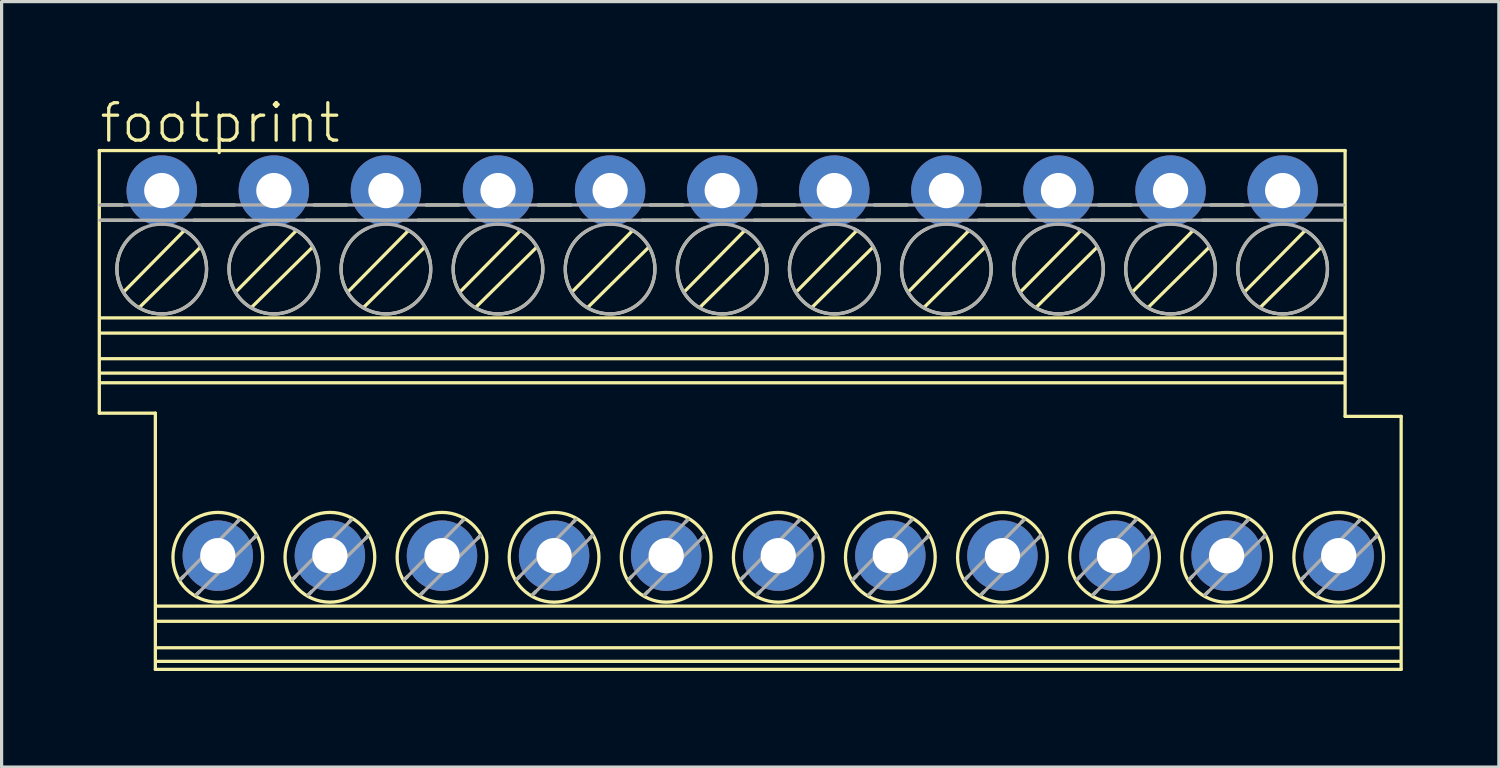
<source format=kicad_pcb>
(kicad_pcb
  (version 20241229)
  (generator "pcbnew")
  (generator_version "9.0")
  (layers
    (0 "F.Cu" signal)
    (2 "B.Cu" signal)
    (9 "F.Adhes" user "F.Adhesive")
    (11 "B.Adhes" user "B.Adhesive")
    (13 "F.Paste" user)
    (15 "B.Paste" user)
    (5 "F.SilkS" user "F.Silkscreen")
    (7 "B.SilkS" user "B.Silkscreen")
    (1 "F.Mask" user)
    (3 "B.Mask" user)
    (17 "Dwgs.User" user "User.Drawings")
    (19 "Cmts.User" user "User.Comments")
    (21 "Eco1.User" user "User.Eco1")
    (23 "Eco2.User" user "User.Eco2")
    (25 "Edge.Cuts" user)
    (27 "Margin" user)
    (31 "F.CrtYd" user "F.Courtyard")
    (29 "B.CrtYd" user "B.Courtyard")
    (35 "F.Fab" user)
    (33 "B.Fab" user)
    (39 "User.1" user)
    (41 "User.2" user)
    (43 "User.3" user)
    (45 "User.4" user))
  (footprint "footprint"
    (layer "F.Cu")
    (at 19.501 9.751)
    (property "Reference" "footprint" (at -19.501 -8.278 0) (layer "F.SilkS") (effects (font (size 1.168 1.168) (thickness 0.102)) (justify left bottom)))
    (fp_line (start -19.45 -8.1) (end 19.45 -8.1) (stroke (width 0.102) (type solid)) (layer "F.SilkS"))
    (fp_line (start -19.45 0.1) (end -19.45 -8.1) (stroke (width 0.102) (type solid)) (layer "F.SilkS"))
    (fp_line (start -19.425 -6.4) (end -18.725 -6.4) (stroke (width 0.102) (type solid)) (layer "F.SilkS"))
    (fp_line (start -19.425 -5.925) (end -18.425 -5.925) (stroke (width 0.102) (type solid)) (layer "F.SilkS"))
    (fp_line (start -19.4 -2.875) (end 19.425 -2.875) (stroke (width 0.102) (type solid)) (layer "F.SilkS"))
    (fp_line (start -19.4 -2.4) (end 19.425 -2.4) (stroke (width 0.102) (type solid)) (layer "F.SilkS"))
    (fp_line (start -19.4 -1.6) (end 19.425 -1.6) (stroke (width 0.102) (type solid)) (layer "F.SilkS"))
    (fp_line (start -19.4 -0.85) (end 19.425 -0.85) (stroke (width 0.102) (type solid)) (layer "F.SilkS"))
    (fp_line (start -18.675 -3.7) (end -16.825 -5.575) (stroke (width 0.102) (type solid)) (layer "F.SilkS"))
    (fp_line (start -18.175 -3.225) (end -16.3 -5.075) (stroke (width 0.102) (type solid)) (layer "F.SilkS"))
    (fp_line (start -17.7 0.1) (end -19.45 0.1) (stroke (width 0.102) (type solid)) (layer "F.SilkS"))
    (fp_line (start -17.7 8.1) (end -17.7 0.1) (stroke (width 0.102) (type solid)) (layer "F.SilkS"))
    (fp_line (start -17.65 6.125) (end 21.175 6.125) (stroke (width 0.102) (type solid)) (layer "F.SilkS"))
    (fp_line (start -17.65 6.6) (end 21.175 6.6) (stroke (width 0.102) (type solid)) (layer "F.SilkS"))
    (fp_line (start -17.65 7.425) (end 21.175 7.425) (stroke (width 0.102) (type solid)) (layer "F.SilkS"))
    (fp_line (start -17.65 7.85) (end 21.175 7.85) (stroke (width 0.102) (type solid)) (layer "F.SilkS"))
    (fp_line (start -16.925 5.3) (end -16.825 5.2) (stroke (width 0.102) (type solid)) (layer "F.SilkS"))
    (fp_line (start -16.5 -5.925) (end -14.925 -5.925) (stroke (width 0.102) (type solid)) (layer "F.SilkS"))
    (fp_line (start -16.425 5.775) (end -16.325 5.675) (stroke (width 0.102) (type solid)) (layer "F.SilkS"))
    (fp_line (start -16.25 -6.4) (end -15.225 -6.4) (stroke (width 0.102) (type solid)) (layer "F.SilkS"))
    (fp_line (start -15.175 -3.7) (end -13.325 -5.575) (stroke (width 0.102) (type solid)) (layer "F.SilkS"))
    (fp_line (start -15.15 3.5) (end -15.075 3.425) (stroke (width 0.102) (type solid)) (layer "F.SilkS"))
    (fp_line (start -14.675 -3.225) (end -12.8 -5.075) (stroke (width 0.102) (type solid)) (layer "F.SilkS"))
    (fp_line (start -14.625 4) (end -14.55 3.925) (stroke (width 0.102) (type solid)) (layer "F.SilkS"))
    (fp_line (start -13.425 5.3) (end -13.325 5.2) (stroke (width 0.102) (type solid)) (layer "F.SilkS"))
    (fp_line (start -13 -5.925) (end -11.425 -5.925) (stroke (width 0.102) (type solid)) (layer "F.SilkS"))
    (fp_line (start -12.925 5.775) (end -12.825 5.675) (stroke (width 0.102) (type solid)) (layer "F.SilkS"))
    (fp_line (start -12.75 -6.4) (end -11.725 -6.4) (stroke (width 0.102) (type solid)) (layer "F.SilkS"))
    (fp_line (start -11.675 -3.7) (end -9.825 -5.575) (stroke (width 0.102) (type solid)) (layer "F.SilkS"))
    (fp_line (start -11.65 3.5) (end -11.575 3.425) (stroke (width 0.102) (type solid)) (layer "F.SilkS"))
    (fp_line (start -11.175 -3.225) (end -9.3 -5.075) (stroke (width 0.102) (type solid)) (layer "F.SilkS"))
    (fp_line (start -11.125 4) (end -11.05 3.925) (stroke (width 0.102) (type solid)) (layer "F.SilkS"))
    (fp_line (start -9.925 5.3) (end -9.825 5.2) (stroke (width 0.102) (type solid)) (layer "F.SilkS"))
    (fp_line (start -9.5 -5.925) (end -7.925 -5.925) (stroke (width 0.102) (type solid)) (layer "F.SilkS"))
    (fp_line (start -9.425 5.775) (end -9.325 5.675) (stroke (width 0.102) (type solid)) (layer "F.SilkS"))
    (fp_line (start -9.25 -6.4) (end -8.225 -6.4) (stroke (width 0.102) (type solid)) (layer "F.SilkS"))
    (fp_line (start -8.175 -3.7) (end -6.325 -5.575) (stroke (width 0.102) (type solid)) (layer "F.SilkS"))
    (fp_line (start -8.15 3.5) (end -8.075 3.425) (stroke (width 0.102) (type solid)) (layer "F.SilkS"))
    (fp_line (start -7.675 -3.225) (end -5.8 -5.075) (stroke (width 0.102) (type solid)) (layer "F.SilkS"))
    (fp_line (start -7.625 4) (end -7.55 3.925) (stroke (width 0.102) (type solid)) (layer "F.SilkS"))
    (fp_line (start -6.425 5.3) (end -6.325 5.2) (stroke (width 0.102) (type solid)) (layer "F.SilkS"))
    (fp_line (start -6 -5.925) (end -4.425 -5.925) (stroke (width 0.102) (type solid)) (layer "F.SilkS"))
    (fp_line (start -5.925 5.775) (end -5.825 5.675) (stroke (width 0.102) (type solid)) (layer "F.SilkS"))
    (fp_line (start -5.75 -6.4) (end -4.725 -6.4) (stroke (width 0.102) (type solid)) (layer "F.SilkS"))
    (fp_line (start -4.675 -3.7) (end -2.825 -5.575) (stroke (width 0.102) (type solid)) (layer "F.SilkS"))
    (fp_line (start -4.65 3.5) (end -4.575 3.425) (stroke (width 0.102) (type solid)) (layer "F.SilkS"))
    (fp_line (start -4.175 -3.225) (end -2.3 -5.075) (stroke (width 0.102) (type solid)) (layer "F.SilkS"))
    (fp_line (start -4.125 4) (end -4.05 3.925) (stroke (width 0.102) (type solid)) (layer "F.SilkS"))
    (fp_line (start -2.925 5.3) (end -2.825 5.2) (stroke (width 0.102) (type solid)) (layer "F.SilkS"))
    (fp_line (start -2.5 -5.925) (end -0.925 -5.925) (stroke (width 0.102) (type solid)) (layer "F.SilkS"))
    (fp_line (start -2.425 5.775) (end -2.325 5.675) (stroke (width 0.102) (type solid)) (layer "F.SilkS"))
    (fp_line (start -2.25 -6.4) (end -1.225 -6.4) (stroke (width 0.102) (type solid)) (layer "F.SilkS"))
    (fp_line (start -1.175 -3.7) (end 0.675 -5.575) (stroke (width 0.102) (type solid)) (layer "F.SilkS"))
    (fp_line (start -1.15 3.5) (end -1.075 3.425) (stroke (width 0.102) (type solid)) (layer "F.SilkS"))
    (fp_line (start -0.675 -3.225) (end 1.2 -5.075) (stroke (width 0.102) (type solid)) (layer "F.SilkS"))
    (fp_line (start -0.625 4) (end -0.55 3.925) (stroke (width 0.102) (type solid)) (layer "F.SilkS"))
    (fp_line (start 0.575 5.3) (end 0.675 5.2) (stroke (width 0.102) (type solid)) (layer "F.SilkS"))
    (fp_line (start 1 -5.925) (end 2.575 -5.925) (stroke (width 0.102) (type solid)) (layer "F.SilkS"))
    (fp_line (start 1.075 5.775) (end 1.175 5.675) (stroke (width 0.102) (type solid)) (layer "F.SilkS"))
    (fp_line (start 1.25 -6.4) (end 2.275 -6.4) (stroke (width 0.102) (type solid)) (layer "F.SilkS"))
    (fp_line (start 2.325 -3.7) (end 4.175 -5.575) (stroke (width 0.102) (type solid)) (layer "F.SilkS"))
    (fp_line (start 2.35 3.5) (end 2.425 3.425) (stroke (width 0.102) (type solid)) (layer "F.SilkS"))
    (fp_line (start 2.825 -3.225) (end 4.7 -5.075) (stroke (width 0.102) (type solid)) (layer "F.SilkS"))
    (fp_line (start 2.875 4) (end 2.95 3.925) (stroke (width 0.102) (type solid)) (layer "F.SilkS"))
    (fp_line (start 4.075 5.3) (end 4.175 5.2) (stroke (width 0.102) (type solid)) (layer "F.SilkS"))
    (fp_line (start 4.5 -5.925) (end 6.075 -5.925) (stroke (width 0.102) (type solid)) (layer "F.SilkS"))
    (fp_line (start 4.575 5.775) (end 4.675 5.675) (stroke (width 0.102) (type solid)) (layer "F.SilkS"))
    (fp_line (start 4.75 -6.4) (end 5.775 -6.4) (stroke (width 0.102) (type solid)) (layer "F.SilkS"))
    (fp_line (start 5.825 -3.7) (end 7.675 -5.575) (stroke (width 0.102) (type solid)) (layer "F.SilkS"))
    (fp_line (start 5.85 3.5) (end 5.925 3.425) (stroke (width 0.102) (type solid)) (layer "F.SilkS"))
    (fp_line (start 6.325 -3.225) (end 8.2 -5.075) (stroke (width 0.102) (type solid)) (layer "F.SilkS"))
    (fp_line (start 6.375 4) (end 6.45 3.925) (stroke (width 0.102) (type solid)) (layer "F.SilkS"))
    (fp_line (start 7.575 5.3) (end 7.675 5.2) (stroke (width 0.102) (type solid)) (layer "F.SilkS"))
    (fp_line (start 8 -5.925) (end 9.575 -5.925) (stroke (width 0.102) (type solid)) (layer "F.SilkS"))
    (fp_line (start 8.075 5.775) (end 8.175 5.675) (stroke (width 0.102) (type solid)) (layer "F.SilkS"))
    (fp_line (start 8.25 -6.4) (end 9.275 -6.4) (stroke (width 0.102) (type solid)) (layer "F.SilkS"))
    (fp_line (start 9.325 -3.7) (end 11.175 -5.575) (stroke (width 0.102) (type solid)) (layer "F.SilkS"))
    (fp_line (start 9.35 3.5) (end 9.425 3.425) (stroke (width 0.102) (type solid)) (layer "F.SilkS"))
    (fp_line (start 9.825 -3.225) (end 11.7 -5.075) (stroke (width 0.102) (type solid)) (layer "F.SilkS"))
    (fp_line (start 9.875 4) (end 9.95 3.925) (stroke (width 0.102) (type solid)) (layer "F.SilkS"))
    (fp_line (start 11.075 5.3) (end 11.175 5.2) (stroke (width 0.102) (type solid)) (layer "F.SilkS"))
    (fp_line (start 11.5 -5.925) (end 13.075 -5.925) (stroke (width 0.102) (type solid)) (layer "F.SilkS"))
    (fp_line (start 11.575 5.775) (end 11.675 5.675) (stroke (width 0.102) (type solid)) (layer "F.SilkS"))
    (fp_line (start 11.75 -6.4) (end 12.775 -6.4) (stroke (width 0.102) (type solid)) (layer "F.SilkS"))
    (fp_line (start 12.825 -3.7) (end 14.675 -5.575) (stroke (width 0.102) (type solid)) (layer "F.SilkS"))
    (fp_line (start 12.85 3.5) (end 12.925 3.425) (stroke (width 0.102) (type solid)) (layer "F.SilkS"))
    (fp_line (start 13.325 -3.225) (end 15.2 -5.075) (stroke (width 0.102) (type solid)) (layer "F.SilkS"))
    (fp_line (start 13.375 4) (end 13.45 3.925) (stroke (width 0.102) (type solid)) (layer "F.SilkS"))
    (fp_line (start 14.575 5.3) (end 14.675 5.2) (stroke (width 0.102) (type solid)) (layer "F.SilkS"))
    (fp_line (start 15 -5.925) (end 16.575 -5.925) (stroke (width 0.102) (type solid)) (layer "F.SilkS"))
    (fp_line (start 15.075 5.775) (end 15.175 5.675) (stroke (width 0.102) (type solid)) (layer "F.SilkS"))
    (fp_line (start 15.25 -6.4) (end 16.275 -6.4) (stroke (width 0.102) (type solid)) (layer "F.SilkS"))
    (fp_line (start 16.325 -3.7) (end 18.175 -5.575) (stroke (width 0.102) (type solid)) (layer "F.SilkS"))
    (fp_line (start 16.35 3.5) (end 16.425 3.425) (stroke (width 0.102) (type solid)) (layer "F.SilkS"))
    (fp_line (start 16.825 -3.225) (end 18.7 -5.075) (stroke (width 0.102) (type solid)) (layer "F.SilkS"))
    (fp_line (start 16.875 4) (end 16.95 3.925) (stroke (width 0.102) (type solid)) (layer "F.SilkS"))
    (fp_line (start 18.075 5.3) (end 18.175 5.2) (stroke (width 0.102) (type solid)) (layer "F.SilkS"))
    (fp_line (start 18.575 5.775) (end 18.675 5.675) (stroke (width 0.102) (type solid)) (layer "F.SilkS"))
    (fp_line (start 19.425 -1.15) (end -19.4 -1.15) (stroke (width 0.102) (type solid)) (layer "F.SilkS"))
    (fp_line (start 19.45 -8.1) (end 19.45 0.2) (stroke (width 0.102) (type solid)) (layer "F.SilkS"))
    (fp_line (start 19.45 0.2) (end 21.2 0.2) (stroke (width 0.102) (type solid)) (layer "F.SilkS"))
    (fp_line (start 19.85 3.5) (end 19.925 3.425) (stroke (width 0.102) (type solid)) (layer "F.SilkS"))
    (fp_line (start 20.375 4) (end 20.45 3.925) (stroke (width 0.102) (type solid)) (layer "F.SilkS"))
    (fp_line (start 21.2 0.2) (end 21.2 8.1) (stroke (width 0.102) (type solid)) (layer "F.SilkS"))
    (fp_line (start 21.2 8.1) (end -17.7 8.1) (stroke (width 0.102) (type solid)) (layer "F.SilkS"))
    (fp_arc (start -16.874999 -5.65) (mid -17.530481 -2.999357) (end -18.075 -5.675) (stroke (width 0.1016) (type solid)) (layer "F.SilkS"))
    (fp_arc (start -13.374999 -5.65) (mid -14.030481 -2.999357) (end -14.575 -5.675) (stroke (width 0.1016) (type solid)) (layer "F.SilkS"))
    (fp_arc (start -9.874999 -5.65) (mid -10.530481 -2.999357) (end -11.075 -5.675) (stroke (width 0.1016) (type solid)) (layer "F.SilkS"))
    (fp_arc (start -6.374999 -5.65) (mid -7.030481 -2.999357) (end -7.575 -5.675) (stroke (width 0.1016) (type solid)) (layer "F.SilkS"))
    (fp_arc (start -2.874999 -5.65) (mid -3.530481 -2.999357) (end -4.075 -5.675) (stroke (width 0.1016) (type solid)) (layer "F.SilkS"))
    (fp_arc (start 0.625001 -5.65) (mid -0.030481 -2.999357) (end -0.575 -5.675) (stroke (width 0.1016) (type solid)) (layer "F.SilkS"))
    (fp_arc (start 4.125001 -5.65) (mid 3.469517 -2.999357) (end 2.925 -5.675) (stroke (width 0.1016) (type solid)) (layer "F.SilkS"))
    (fp_arc (start 7.625001 -5.65) (mid 6.969517 -2.999357) (end 6.425 -5.675) (stroke (width 0.1016) (type solid)) (layer "F.SilkS"))
    (fp_arc (start 11.125001 -5.65) (mid 10.469517 -2.999357) (end 9.925 -5.675) (stroke (width 0.1016) (type solid)) (layer "F.SilkS"))
    (fp_arc (start 14.625001 -5.65) (mid 13.969517 -2.999357) (end 13.425 -5.675) (stroke (width 0.1016) (type solid)) (layer "F.SilkS"))
    (fp_arc (start 18.125001 -5.65) (mid 17.469517 -2.999357) (end 16.925 -5.675) (stroke (width 0.1016) (type solid)) (layer "F.SilkS"))
    (fp_circle (center -15.75 4.6) (end -14.349 4.6) (stroke (width 0.102) (type solid)) (fill no) (layer "F.SilkS"))
    (fp_circle (center -12.25 4.6) (end -10.849 4.6) (stroke (width 0.102) (type solid)) (fill no) (layer "F.SilkS"))
    (fp_circle (center -8.75 4.6) (end -7.349 4.6) (stroke (width 0.102) (type solid)) (fill no) (layer "F.SilkS"))
    (fp_circle (center -5.25 4.6) (end -3.849 4.6) (stroke (width 0.102) (type solid)) (fill no) (layer "F.SilkS"))
    (fp_circle (center -1.75 4.6) (end -0.349 4.6) (stroke (width 0.102) (type solid)) (fill no) (layer "F.SilkS"))
    (fp_circle (center 1.75 4.6) (end 3.151 4.6) (stroke (width 0.102) (type solid)) (fill no) (layer "F.SilkS"))
    (fp_circle (center 5.25 4.6) (end 6.651 4.6) (stroke (width 0.102) (type solid)) (fill no) (layer "F.SilkS"))
    (fp_circle (center 8.75 4.6) (end 10.151 4.6) (stroke (width 0.102) (type solid)) (fill no) (layer "F.SilkS"))
    (fp_circle (center 12.25 4.6) (end 13.651 4.6) (stroke (width 0.102) (type solid)) (fill no) (layer "F.SilkS"))
    (fp_circle (center 15.75 4.6) (end 17.151 4.6) (stroke (width 0.102) (type solid)) (fill no) (layer "F.SilkS"))
    (fp_circle (center 19.25 4.6) (end 20.651 4.6) (stroke (width 0.102) (type solid)) (fill no) (layer "F.SilkS"))
    (fp_line (start -19.425 -6.4) (end 19.4 -6.4) (stroke (width 0.102) (type solid)) (layer "F.Fab"))
    (fp_line (start -19.425 -5.925) (end 19.4 -5.925) (stroke (width 0.102) (type solid)) (layer "F.Fab"))
    (fp_line (start -16.925 5.3) (end -15.075 3.425) (stroke (width 0.102) (type solid)) (layer "F.Fab"))
    (fp_line (start -16.425 5.775) (end -14.55 3.925) (stroke (width 0.102) (type solid)) (layer "F.Fab"))
    (fp_line (start -13.425 5.3) (end -11.575 3.425) (stroke (width 0.102) (type solid)) (layer "F.Fab"))
    (fp_line (start -12.925 5.775) (end -11.05 3.925) (stroke (width 0.102) (type solid)) (layer "F.Fab"))
    (fp_line (start -9.925 5.3) (end -8.075 3.425) (stroke (width 0.102) (type solid)) (layer "F.Fab"))
    (fp_line (start -9.425 5.775) (end -7.55 3.925) (stroke (width 0.102) (type solid)) (layer "F.Fab"))
    (fp_line (start -6.425 5.3) (end -4.575 3.425) (stroke (width 0.102) (type solid)) (layer "F.Fab"))
    (fp_line (start -5.925 5.775) (end -4.05 3.925) (stroke (width 0.102) (type solid)) (layer "F.Fab"))
    (fp_line (start -2.925 5.3) (end -1.075 3.425) (stroke (width 0.102) (type solid)) (layer "F.Fab"))
    (fp_line (start -2.425 5.775) (end -0.55 3.925) (stroke (width 0.102) (type solid)) (layer "F.Fab"))
    (fp_line (start 0.575 5.3) (end 2.425 3.425) (stroke (width 0.102) (type solid)) (layer "F.Fab"))
    (fp_line (start 1.075 5.775) (end 2.95 3.925) (stroke (width 0.102) (type solid)) (layer "F.Fab"))
    (fp_line (start 4.075 5.3) (end 5.925 3.425) (stroke (width 0.102) (type solid)) (layer "F.Fab"))
    (fp_line (start 4.575 5.775) (end 6.45 3.925) (stroke (width 0.102) (type solid)) (layer "F.Fab"))
    (fp_line (start 7.575 5.3) (end 9.425 3.425) (stroke (width 0.102) (type solid)) (layer "F.Fab"))
    (fp_line (start 8.075 5.775) (end 9.95 3.925) (stroke (width 0.102) (type solid)) (layer "F.Fab"))
    (fp_line (start 11.075 5.3) (end 12.925 3.425) (stroke (width 0.102) (type solid)) (layer "F.Fab"))
    (fp_line (start 11.575 5.775) (end 13.45 3.925) (stroke (width 0.102) (type solid)) (layer "F.Fab"))
    (fp_line (start 14.575 5.3) (end 16.425 3.425) (stroke (width 0.102) (type solid)) (layer "F.Fab"))
    (fp_line (start 15.075 5.775) (end 16.95 3.925) (stroke (width 0.102) (type solid)) (layer "F.Fab"))
    (fp_line (start 18.075 5.3) (end 19.925 3.425) (stroke (width 0.102) (type solid)) (layer "F.Fab"))
    (fp_line (start 18.575 5.775) (end 20.45 3.925) (stroke (width 0.102) (type solid)) (layer "F.Fab"))
    (fp_circle (center -17.5 -4.4) (end -16.099 -4.4) (stroke (width 0.102) (type solid)) (fill no) (layer "F.Fab"))
    (fp_circle (center -14 -4.4) (end -12.599 -4.4) (stroke (width 0.102) (type solid)) (fill no) (layer "F.Fab"))
    (fp_circle (center -10.5 -4.4) (end -9.099 -4.4) (stroke (width 0.102) (type solid)) (fill no) (layer "F.Fab"))
    (fp_circle (center -7 -4.4) (end -5.599 -4.4) (stroke (width 0.102) (type solid)) (fill no) (layer "F.Fab"))
    (fp_circle (center -3.5 -4.4) (end -2.099 -4.4) (stroke (width 0.102) (type solid)) (fill no) (layer "F.Fab"))
    (fp_circle (center 0 -4.4) (end 1.401 -4.4) (stroke (width 0.102) (type solid)) (fill no) (layer "F.Fab"))
    (fp_circle (center 3.5 -4.4) (end 4.901 -4.4) (stroke (width 0.102) (type solid)) (fill no) (layer "F.Fab"))
    (fp_circle (center 7 -4.4) (end 8.401 -4.4) (stroke (width 0.102) (type solid)) (fill no) (layer "F.Fab"))
    (fp_circle (center 10.5 -4.4) (end 11.901 -4.4) (stroke (width 0.102) (type solid)) (fill no) (layer "F.Fab"))
    (fp_circle (center 14 -4.4) (end 15.401 -4.4) (stroke (width 0.102) (type solid)) (fill no) (layer "F.Fab"))
    (fp_circle (center 17.5 -4.4) (end 18.901 -4.4) (stroke (width 0.102) (type solid)) (fill no) (layer "F.Fab"))
    (pad "1" thru_hole circle (at -17.5 -6.85) (size 2.2 2.2) (drill 1.1) (layers "*.Cu" "*.Mask"))
    (pad "2" thru_hole circle (at -15.75 4.55) (size 2.2 2.2) (drill 1.1) (layers "*.Cu" "*.Mask"))
    (pad "3" thru_hole circle (at -14 -6.85) (size 2.2 2.2) (drill 1.1) (layers "*.Cu" "*.Mask"))
    (pad "4" thru_hole circle (at -12.25 4.55) (size 2.2 2.2) (drill 1.1) (layers "*.Cu" "*.Mask"))
    (pad "5" thru_hole circle (at -10.5 -6.85) (size 2.2 2.2) (drill 1.1) (layers "*.Cu" "*.Mask"))
    (pad "6" thru_hole circle (at -8.75 4.55) (size 2.2 2.2) (drill 1.1) (layers "*.Cu" "*.Mask"))
    (pad "7" thru_hole circle (at -7 -6.85) (size 2.2 2.2) (drill 1.1) (layers "*.Cu" "*.Mask"))
    (pad "8" thru_hole circle (at -5.25 4.55) (size 2.2 2.2) (drill 1.1) (layers "*.Cu" "*.Mask"))
    (pad "9" thru_hole circle (at -3.5 -6.85) (size 2.2 2.2) (drill 1.1) (layers "*.Cu" "*.Mask"))
    (pad "10" thru_hole circle (at -1.75 4.55) (size 2.2 2.2) (drill 1.1) (layers "*.Cu" "*.Mask"))
    (pad "11" thru_hole circle (at 0 -6.85) (size 2.2 2.2) (drill 1.1) (layers "*.Cu" "*.Mask"))
    (pad "12" thru_hole circle (at 1.75 4.55) (size 2.2 2.2) (drill 1.1) (layers "*.Cu" "*.Mask"))
    (pad "13" thru_hole circle (at 3.5 -6.85) (size 2.2 2.2) (drill 1.1) (layers "*.Cu" "*.Mask"))
    (pad "14" thru_hole circle (at 5.25 4.55) (size 2.2 2.2) (drill 1.1) (layers "*.Cu" "*.Mask"))
    (pad "15" thru_hole circle (at 7 -6.85) (size 2.2 2.2) (drill 1.1) (layers "*.Cu" "*.Mask"))
    (pad "16" thru_hole circle (at 8.75 4.55) (size 2.2 2.2) (drill 1.1) (layers "*.Cu" "*.Mask"))
    (pad "17" thru_hole circle (at 10.5 -6.85) (size 2.2 2.2) (drill 1.1) (layers "*.Cu" "*.Mask"))
    (pad "18" thru_hole circle (at 12.25 4.55) (size 2.2 2.2) (drill 1.1) (layers "*.Cu" "*.Mask"))
    (pad "19" thru_hole circle (at 14 -6.85) (size 2.2 2.2) (drill 1.1) (layers "*.Cu" "*.Mask"))
    (pad "20" thru_hole circle (at 15.75 4.55) (size 2.2 2.2) (drill 1.1) (layers "*.Cu" "*.Mask"))
    (pad "21" thru_hole circle (at 17.5 -6.85) (size 2.2 2.2) (drill 1.1) (layers "*.Cu" "*.Mask"))
    (pad "22" thru_hole circle (at 19.25 4.55) (size 2.2 2.2) (drill 1.1) (layers "*.Cu" "*.Mask")))
  (gr_rect
    (start -3 -3)
    (end 43.752 20.902)
    (stroke (width 0.1) (type default))
    (fill no)
    (layer "Edge.Cuts")))
</source>
